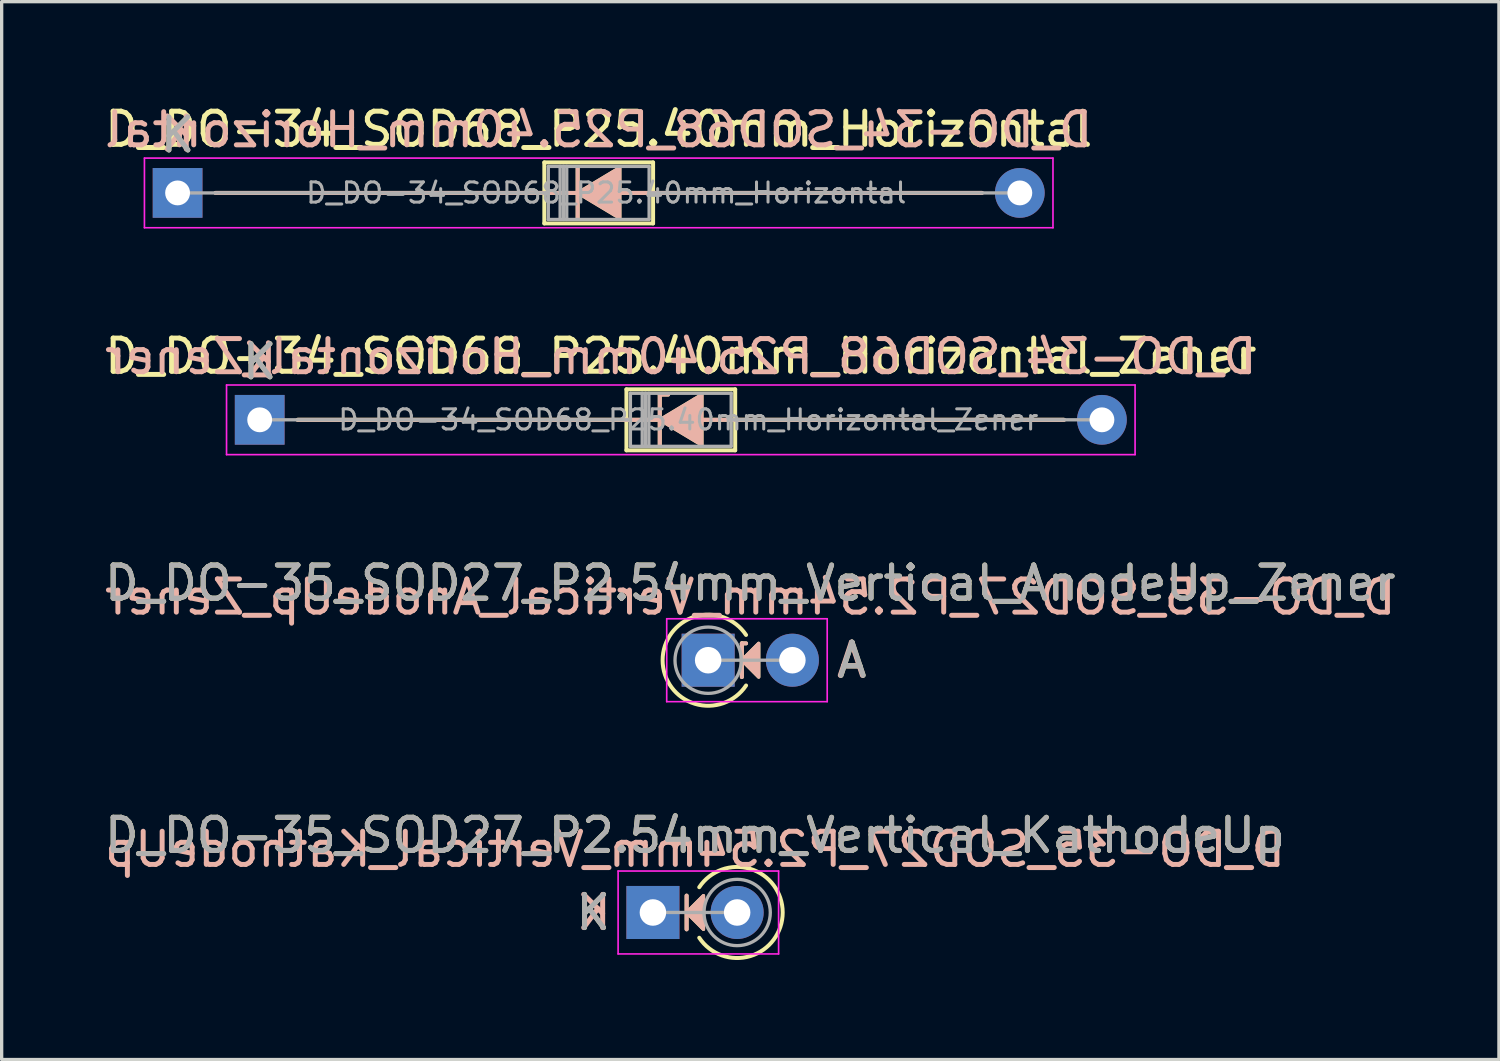
<source format=kicad_pcb>
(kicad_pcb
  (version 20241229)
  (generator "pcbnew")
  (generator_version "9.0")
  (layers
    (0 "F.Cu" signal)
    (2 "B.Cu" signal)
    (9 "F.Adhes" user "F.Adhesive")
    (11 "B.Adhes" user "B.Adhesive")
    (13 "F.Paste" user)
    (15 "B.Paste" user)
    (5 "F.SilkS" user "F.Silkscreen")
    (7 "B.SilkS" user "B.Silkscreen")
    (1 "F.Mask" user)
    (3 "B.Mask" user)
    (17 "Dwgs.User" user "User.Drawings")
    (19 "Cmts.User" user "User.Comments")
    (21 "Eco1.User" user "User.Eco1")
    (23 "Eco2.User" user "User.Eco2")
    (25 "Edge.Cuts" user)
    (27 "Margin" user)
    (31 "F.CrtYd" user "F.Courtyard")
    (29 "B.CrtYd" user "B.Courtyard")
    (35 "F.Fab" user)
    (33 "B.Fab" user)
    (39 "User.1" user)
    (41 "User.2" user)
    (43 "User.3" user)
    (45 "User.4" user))
  (footprint "D_DO-34_SOD68_P25.40mm_Horizontal_Zener"
    (layer "F.Cu")
    (at 4.782 9.611)
    (property "Reference" "D_DO-34_SOD68_P25.40mm_Horizontal_Zener" (at 12.7 -1.92 0) (layer "F.SilkS") (effects (font (size 1 1) (thickness 0.15))))
    (fp_line (start 1.143 0) (end 11.06 0) (stroke (width 0.12) (type solid)) (layer "F.SilkS"))
    (fp_line (start 11.06 -0.92) (end 11.06 0.92) (stroke (width 0.12) (type solid)) (layer "F.SilkS"))
    (fp_line (start 11.06 0.92) (end 14.34 0.92) (stroke (width 0.12) (type solid)) (layer "F.SilkS"))
    (fp_line (start 12.065 -0.762) (end 12.065 0.762) (stroke (width 0.12) (type solid)) (layer "F.SilkS"))
    (fp_line (start 12.065 -0.762) (end 12.319 -0.762) (stroke (width 0.12) (type solid)) (layer "F.SilkS"))
    (fp_line (start 12.15 0) (end 11.049 0) (stroke (width 0.12) (type solid)) (layer "F.SilkS"))
    (fp_line (start 13.335 0) (end 14.351 0) (stroke (width 0.12) (type solid)) (layer "F.SilkS"))
    (fp_line (start 14.34 -0.92) (end 11.06 -0.92) (stroke (width 0.12) (type solid)) (layer "F.SilkS"))
    (fp_line (start 14.34 0.92) (end 14.34 -0.92) (stroke (width 0.12) (type solid)) (layer "F.SilkS"))
    (fp_line (start 24.257 0) (end 14.34 0) (stroke (width 0.12) (type solid)) (layer "F.SilkS"))
    (fp_poly (pts (xy 13.335 0.762) (xy 12.065 0) (xy 13.335 -0.762)) (stroke (width 0.1) (type solid)) (fill yes) (layer "F.SilkS"))
    (fp_line (start 1.143 0) (end 11.06 0) (stroke (width 0.12) (type solid)) (layer "B.SilkS"))
    (fp_line (start 12.065 -0.762) (end 12.319 -0.762) (stroke (width 0.12) (type solid)) (layer "B.SilkS"))
    (fp_line (start 12.065 0.762) (end 12.065 -0.762) (stroke (width 0.12) (type solid)) (layer "B.SilkS"))
    (fp_line (start 12.15 0) (end 11.049 0) (stroke (width 0.12) (type solid)) (layer "B.SilkS"))
    (fp_line (start 13.335 0) (end 14.351 0) (stroke (width 0.12) (type solid)) (layer "B.SilkS"))
    (fp_line (start 24.257 0) (end 14.34 0) (stroke (width 0.12) (type solid)) (layer "B.SilkS"))
    (fp_poly (pts (xy 13.335 -0.762) (xy 12.065 0) (xy 13.335 0.762)) (stroke (width 0.1) (type solid)) (fill yes) (layer "B.SilkS"))
    (fp_line (start -1 -1.05) (end -1 1.05) (stroke (width 0.05) (type solid)) (layer "F.CrtYd"))
    (fp_line (start -1 1.05) (end 26.4 1.05) (stroke (width 0.05) (type solid)) (layer "F.CrtYd"))
    (fp_line (start 26.4 -1.05) (end -1 -1.05) (stroke (width 0.05) (type solid)) (layer "F.CrtYd"))
    (fp_line (start 26.4 1.05) (end 26.4 -1.05) (stroke (width 0.05) (type solid)) (layer "F.CrtYd"))
    (fp_line (start 0 0) (end 11.18 0) (stroke (width 0.1) (type solid)) (layer "F.Fab"))
    (fp_line (start 11.18 -0.8) (end 11.18 0.8) (stroke (width 0.1) (type solid)) (layer "F.Fab"))
    (fp_line (start 11.18 0.8) (end 14.22 0.8) (stroke (width 0.1) (type solid)) (layer "F.Fab"))
    (fp_line (start 11.536 -0.8) (end 11.536 0.8) (stroke (width 0.1) (type solid)) (layer "F.Fab"))
    (fp_line (start 11.636 -0.8) (end 11.636 0.8) (stroke (width 0.1) (type solid)) (layer "F.Fab"))
    (fp_line (start 11.736 -0.8) (end 11.736 0.8) (stroke (width 0.1) (type solid)) (layer "F.Fab"))
    (fp_line (start 14.22 -0.8) (end 11.18 -0.8) (stroke (width 0.1) (type solid)) (layer "F.Fab"))
    (fp_line (start 14.22 0.8) (end 14.22 -0.8) (stroke (width 0.1) (type solid)) (layer "F.Fab"))
    (fp_line (start 25.4 0) (end 14.22 0) (stroke (width 0.1) (type solid)) (layer "F.Fab"))
    (fp_text user "K" (at 0 -1.75 0) (layer "F.SilkS") (effects (font (size 1 1) (thickness 0.15))))
    (fp_text user "K" (at 0 -1.778 0) (layer "B.SilkS") (effects (font (size 1 1) (thickness 0.15)) (justify mirror)))
    (fp_text user "${REFERENCE}" (at 12.7 -1.905 0) (layer "B.SilkS") (effects (font (size 1 1) (thickness 0.15)) (justify mirror)))
    (fp_text user "${REFERENCE}" (at 12.928 0 0) (layer "F.Fab") (effects (font (size 0.608 0.608) (thickness 0.091))))
    (fp_text user "K" (at 0 -1.75 0) (layer "F.Fab") (effects (font (size 1 1) (thickness 0.15))))
    (pad "1" thru_hole rect (at 0 0) (size 1.5 1.5) (drill 0.75) (layers "*.Cu" "*.Mask"))
    (pad "2" thru_hole oval (at 25.4 0) (size 1.5 1.5) (drill 0.75) (layers "*.Cu" "*.Mask")))
  (footprint "D_DO-35_SOD27_P2.54mm_Vertical_KathodeUp"
    (layer "F.Cu")
    (at 16.641 24.469)
    (property "Reference" "D_DO-35_SOD27_P2.54mm_Vertical_KathodeUp" (at 1.27 -2.326 0) (layer "F.SilkS") (effects (font (size 1 1) (thickness 0.15))))
    (fp_line (start 1.016 -0.508) (end 1.016 0.508) (stroke (width 0.12) (type solid)) (layer "F.SilkS"))
    (fp_arc (start 1.397 -0.761998) (mid 3.913713 0.000001) (end 1.397 0.762) (stroke (width 0.12) (type solid)) (layer "F.SilkS"))
    (fp_poly (pts (xy 1.524 0.508) (xy 1.016 0) (xy 1.524 -0.508)) (stroke (width 0.1) (type solid)) (fill yes) (layer "F.SilkS"))
    (fp_line (start 1.016 0.508) (end 1.016 -0.508) (stroke (width 0.12) (type solid)) (layer "B.SilkS"))
    (fp_poly (pts (xy 1.524 -0.508) (xy 1.016 0) (xy 1.524 0.508)) (stroke (width 0.1) (type solid)) (fill yes) (layer "B.SilkS"))
    (fp_line (start -1.05 -1.25) (end -1.05 1.25) (stroke (width 0.05) (type solid)) (layer "F.CrtYd"))
    (fp_line (start -1.05 1.25) (end 3.79 1.25) (stroke (width 0.05) (type solid)) (layer "F.CrtYd"))
    (fp_line (start 3.79 -1.25) (end -1.05 -1.25) (stroke (width 0.05) (type solid)) (layer "F.CrtYd"))
    (fp_line (start 3.79 1.25) (end 3.79 -1.25) (stroke (width 0.05) (type solid)) (layer "F.CrtYd"))
    (fp_line (start 0 0) (end 2.54 0) (stroke (width 0.1) (type solid)) (layer "F.Fab"))
    (fp_circle (center 2.54 0) (end 3.54 0) (stroke (width 0.1) (type solid)) (fill no) (layer "F.Fab"))
    (fp_text user "K" (at -1.8 0 0) (layer "F.SilkS") (effects (font (size 1 1) (thickness 0.15))))
    (fp_text user "${REFERENCE}" (at 1.27 -1.905 0) (layer "B.SilkS") (effects (font (size 1 1) (thickness 0.15)) (justify mirror)))
    (fp_text user "K" (at -1.778 0 0) (layer "B.SilkS") (effects (font (size 1 1) (thickness 0.15)) (justify mirror)))
    (fp_text user "K" (at -1.8 0 0) (layer "F.Fab") (effects (font (size 1 1) (thickness 0.15))))
    (fp_text user "${REFERENCE}" (at 1.27 -2.326 0) (layer "F.Fab") (effects (font (size 1 1) (thickness 0.15))))
    (pad "1" thru_hole rect (at 0 0) (size 1.6 1.6) (drill 0.8) (layers "*.Cu" "*.Mask"))
    (pad "2" thru_hole oval (at 2.54 0) (size 1.6 1.6) (drill 0.8) (layers "*.Cu" "*.Mask")))
  (footprint "D_DO-34_SOD68_P25.40mm_Horizontal"
    (layer "F.Cu")
    (at 2.306 2.768)
    (property "Reference" "D_DO-34_SOD68_P25.40mm_Horizontal" (at 12.7 -1.92 0) (layer "F.SilkS") (effects (font (size 1 1) (thickness 0.15))))
    (fp_line (start 1.143 0) (end 11.06 0) (stroke (width 0.12) (type solid)) (layer "F.SilkS"))
    (fp_line (start 11.06 -0.92) (end 11.06 0.92) (stroke (width 0.12) (type solid)) (layer "F.SilkS"))
    (fp_line (start 11.06 0.92) (end 14.34 0.92) (stroke (width 0.12) (type solid)) (layer "F.SilkS"))
    (fp_line (start 12.065 -0.762) (end 12.065 0.762) (stroke (width 0.12) (type solid)) (layer "F.SilkS"))
    (fp_line (start 12.15 0) (end 11.049 0) (stroke (width 0.12) (type solid)) (layer "F.SilkS"))
    (fp_line (start 13.335 0) (end 14.351 0) (stroke (width 0.12) (type solid)) (layer "F.SilkS"))
    (fp_line (start 14.34 -0.92) (end 11.06 -0.92) (stroke (width 0.12) (type solid)) (layer "F.SilkS"))
    (fp_line (start 14.34 0.92) (end 14.34 -0.92) (stroke (width 0.12) (type solid)) (layer "F.SilkS"))
    (fp_line (start 24.257 0) (end 14.34 0) (stroke (width 0.12) (type solid)) (layer "F.SilkS"))
    (fp_poly (pts (xy 13.335 0.762) (xy 12.065 0) (xy 13.335 -0.762)) (stroke (width 0.1) (type solid)) (fill yes) (layer "F.SilkS"))
    (fp_line (start 1.143 0) (end 11.06 0) (stroke (width 0.12) (type solid)) (layer "B.SilkS"))
    (fp_line (start 12.065 0.762) (end 12.065 -0.762) (stroke (width 0.12) (type solid)) (layer "B.SilkS"))
    (fp_line (start 12.15 0) (end 11.049 0) (stroke (width 0.12) (type solid)) (layer "B.SilkS"))
    (fp_line (start 13.335 0) (end 14.351 0) (stroke (width 0.12) (type solid)) (layer "B.SilkS"))
    (fp_line (start 24.257 0) (end 14.34 0) (stroke (width 0.12) (type solid)) (layer "B.SilkS"))
    (fp_poly (pts (xy 13.335 -0.762) (xy 12.065 0) (xy 13.335 0.762)) (stroke (width 0.1) (type solid)) (fill yes) (layer "B.SilkS"))
    (fp_line (start -1 -1.05) (end -1 1.05) (stroke (width 0.05) (type solid)) (layer "F.CrtYd"))
    (fp_line (start -1 1.05) (end 26.4 1.05) (stroke (width 0.05) (type solid)) (layer "F.CrtYd"))
    (fp_line (start 26.4 -1.05) (end -1 -1.05) (stroke (width 0.05) (type solid)) (layer "F.CrtYd"))
    (fp_line (start 26.4 1.05) (end 26.4 -1.05) (stroke (width 0.05) (type solid)) (layer "F.CrtYd"))
    (fp_line (start 0 0) (end 11.18 0) (stroke (width 0.1) (type solid)) (layer "F.Fab"))
    (fp_line (start 11.18 -0.8) (end 11.18 0.8) (stroke (width 0.1) (type solid)) (layer "F.Fab"))
    (fp_line (start 11.18 0.8) (end 14.22 0.8) (stroke (width 0.1) (type solid)) (layer "F.Fab"))
    (fp_line (start 11.536 -0.8) (end 11.536 0.8) (stroke (width 0.1) (type solid)) (layer "F.Fab"))
    (fp_line (start 11.636 -0.8) (end 11.636 0.8) (stroke (width 0.1) (type solid)) (layer "F.Fab"))
    (fp_line (start 11.736 -0.8) (end 11.736 0.8) (stroke (width 0.1) (type solid)) (layer "F.Fab"))
    (fp_line (start 14.22 -0.8) (end 11.18 -0.8) (stroke (width 0.1) (type solid)) (layer "F.Fab"))
    (fp_line (start 14.22 0.8) (end 14.22 -0.8) (stroke (width 0.1) (type solid)) (layer "F.Fab"))
    (fp_line (start 25.4 0) (end 14.22 0) (stroke (width 0.1) (type solid)) (layer "F.Fab"))
    (fp_text user "K" (at 0 -1.75 0) (layer "F.SilkS") (effects (font (size 1 1) (thickness 0.15))))
    (fp_text user "K" (at 0 -1.778 0) (layer "B.SilkS") (effects (font (size 1 1) (thickness 0.15)) (justify mirror)))
    (fp_text user "${REFERENCE}" (at 12.7 -1.905 0) (layer "B.SilkS") (effects (font (size 1 1) (thickness 0.15)) (justify mirror)))
    (fp_text user "${REFERENCE}" (at 12.928 0 0) (layer "F.Fab") (effects (font (size 0.608 0.608) (thickness 0.091))))
    (fp_text user "K" (at 0 -1.75 0) (layer "F.Fab") (effects (font (size 1 1) (thickness 0.15))))
    (pad "1" thru_hole rect (at 0 0) (size 1.5 1.5) (drill 0.75) (layers "*.Cu" "*.Mask"))
    (pad "2" thru_hole oval (at 25.4 0) (size 1.5 1.5) (drill 0.75) (layers "*.Cu" "*.Mask")))
  (footprint "D_DO-35_SOD27_P2.54mm_Vertical_AnodeUp_Zener"
    (layer "F.Cu")
    (at 18.307 16.861)
    (property "Reference" "D_DO-35_SOD27_P2.54mm_Vertical_AnodeUp_Zener" (at 1.27 -2.326 0) (layer "F.SilkS") (effects (font (size 1 1) (thickness 0.15))))
    (fp_line (start 1.016 -0.508) (end 1.016 0.508) (stroke (width 0.12) (type solid)) (layer "F.SilkS"))
    (fp_line (start 1.016 -0.508) (end 1.143 -0.508) (stroke (width 0.12) (type solid)) (layer "F.SilkS"))
    (fp_arc (start 1.142999 0.761999) (mid -1.373714 0) (end 1.142999 -0.761999) (stroke (width 0.12) (type solid)) (layer "F.SilkS"))
    (fp_poly (pts (xy 1.524 0.508) (xy 1.016 0) (xy 1.524 -0.508)) (stroke (width 0.1) (type solid)) (fill yes) (layer "F.SilkS"))
    (fp_line (start 1.016 -0.508) (end 1.143 -0.508) (stroke (width 0.12) (type solid)) (layer "B.SilkS"))
    (fp_line (start 1.016 0.508) (end 1.016 -0.508) (stroke (width 0.12) (type solid)) (layer "B.SilkS"))
    (fp_poly (pts (xy 1.524 -0.508) (xy 1.016 0) (xy 1.524 0.508)) (stroke (width 0.1) (type solid)) (fill yes) (layer "B.SilkS"))
    (fp_line (start -1.25 -1.25) (end -1.25 1.25) (stroke (width 0.05) (type solid)) (layer "F.CrtYd"))
    (fp_line (start -1.25 1.25) (end 3.59 1.25) (stroke (width 0.05) (type solid)) (layer "F.CrtYd"))
    (fp_line (start 3.59 -1.25) (end -1.25 -1.25) (stroke (width 0.05) (type solid)) (layer "F.CrtYd"))
    (fp_line (start 3.59 1.25) (end 3.59 -1.25) (stroke (width 0.05) (type solid)) (layer "F.CrtYd"))
    (fp_line (start 0 0) (end 2.54 0) (stroke (width 0.1) (type solid)) (layer "F.Fab"))
    (fp_circle (center 0 0) (end 1 0) (stroke (width 0.1) (type solid)) (fill no) (layer "F.Fab"))
    (fp_text user "A" (at 4.34 0 0) (layer "F.SilkS") (effects (font (size 1 1) (thickness 0.15))))
    (fp_text user "${REFERENCE}" (at 1.27 -1.905 0) (layer "B.SilkS") (effects (font (size 1 1) (thickness 0.15)) (justify mirror)))
    (fp_text user "A" (at 4.318 0 0) (layer "B.SilkS") (effects (font (size 1 1) (thickness 0.15)) (justify mirror)))
    (fp_text user "${REFERENCE}" (at 1.27 -2.326 0) (layer "F.Fab") (effects (font (size 1 1) (thickness 0.15))))
    (fp_text user "A" (at 4.34 0 0) (layer "F.Fab") (effects (font (size 1 1) (thickness 0.15))))
    (pad "1" thru_hole rect (at 0 0) (size 1.6 1.6) (drill 0.8) (layers "*.Cu" "*.Mask"))
    (pad "2" thru_hole oval (at 2.54 0) (size 1.6 1.6) (drill 0.8) (layers "*.Cu" "*.Mask")))
  (gr_rect
    (start -3 -3)
    (end 42.155 28.903)
    (stroke (width 0.1) (type default))
    (fill no)
    (layer "Edge.Cuts")))
</source>
